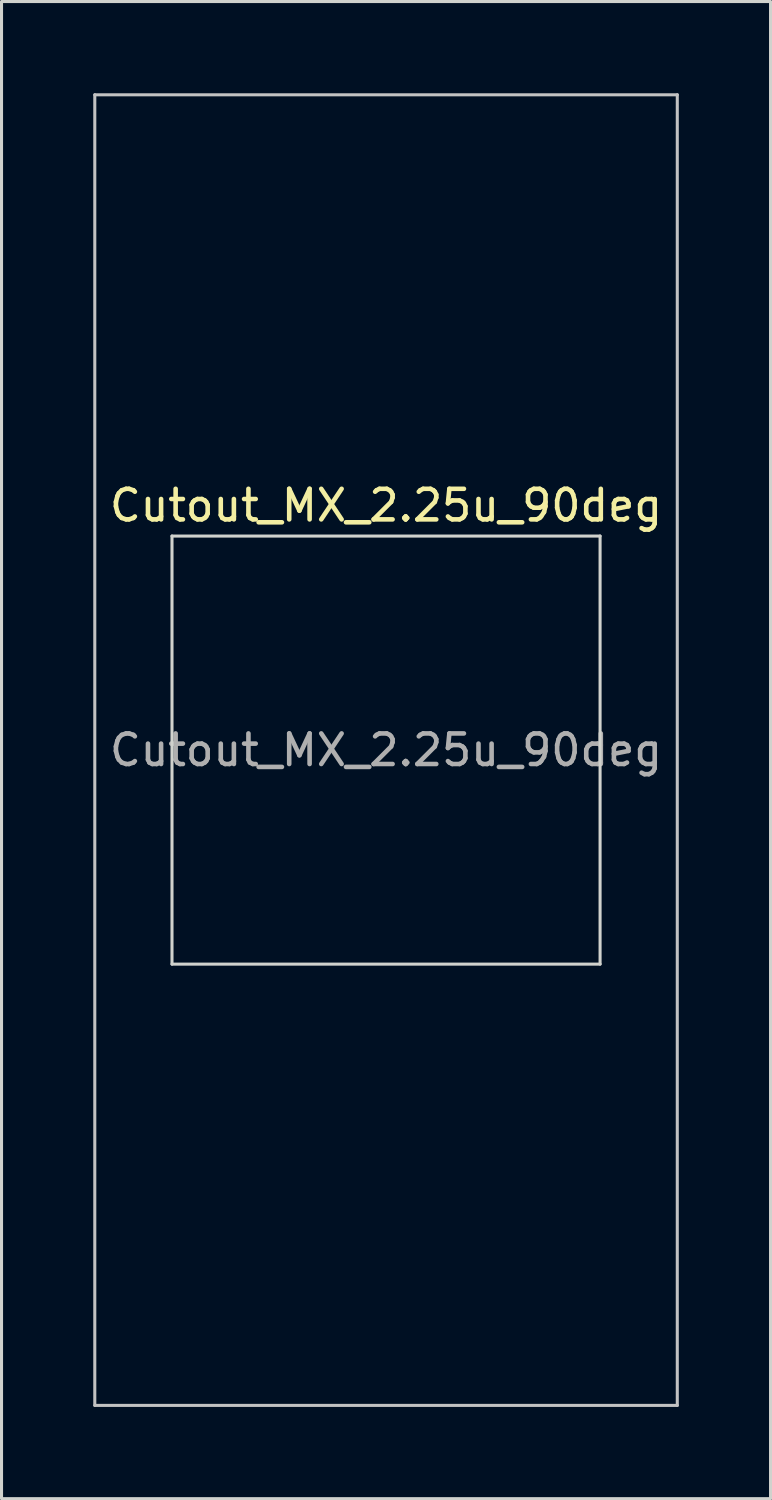
<source format=kicad_pcb>
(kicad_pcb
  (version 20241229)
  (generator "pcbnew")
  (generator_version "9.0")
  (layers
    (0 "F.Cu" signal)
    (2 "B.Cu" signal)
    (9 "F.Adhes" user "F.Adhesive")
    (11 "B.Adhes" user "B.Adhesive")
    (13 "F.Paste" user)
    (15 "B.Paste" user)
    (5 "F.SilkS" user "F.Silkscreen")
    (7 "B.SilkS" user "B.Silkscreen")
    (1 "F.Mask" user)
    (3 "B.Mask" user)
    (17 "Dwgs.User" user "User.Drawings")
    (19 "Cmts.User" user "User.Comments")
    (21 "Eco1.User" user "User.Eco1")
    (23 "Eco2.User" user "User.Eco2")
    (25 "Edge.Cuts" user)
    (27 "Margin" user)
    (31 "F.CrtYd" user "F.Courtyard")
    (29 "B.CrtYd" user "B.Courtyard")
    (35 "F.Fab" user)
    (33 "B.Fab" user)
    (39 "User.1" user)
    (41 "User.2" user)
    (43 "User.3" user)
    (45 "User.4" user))
  (footprint "Cutout_MX_2.25u_90deg"
    (layer "F.Cu")
    (at 9.575 21.481)
    (property "Reference" "Cutout_MX_2.25u_90deg" (at 0 -8 0) (layer "F.SilkS") (effects (font (size 1 1) (thickness 0.15))))
    (attr through_hole)
    (fp_line (start -9.525 -21.431) (end 9.525 -21.431) (stroke (width 0.1) (type solid)) (layer "Dwgs.User"))
    (fp_line (start -9.525 21.431) (end -9.525 -21.431) (stroke (width 0.1) (type solid)) (layer "Dwgs.User"))
    (fp_line (start 9.525 -21.431) (end 9.525 21.431) (stroke (width 0.1) (type solid)) (layer "Dwgs.User"))
    (fp_line (start 9.525 21.431) (end -9.525 21.431) (stroke (width 0.1) (type solid)) (layer "Dwgs.User"))
    (fp_line (start -7 -7) (end -7 7) (stroke (width 0.1) (type solid)) (layer "Edge.Cuts"))
    (fp_line (start -7 7) (end 7 7) (stroke (width 0.1) (type solid)) (layer "Edge.Cuts"))
    (fp_line (start 7 -7) (end -7 -7) (stroke (width 0.1) (type solid)) (layer "Edge.Cuts"))
    (fp_line (start 7 7) (end 7 -7) (stroke (width 0.1) (type solid)) (layer "Edge.Cuts"))
    (fp_text user "${REFERENCE}" (at 0 0 0) (layer "F.Fab") (effects (font (size 1 1) (thickness 0.15)))))
  (gr_rect
    (start -3 -3)
    (end 22.15 45.962)
    (stroke (width 0.1) (type default))
    (fill no)
    (layer "Edge.Cuts")))
</source>
